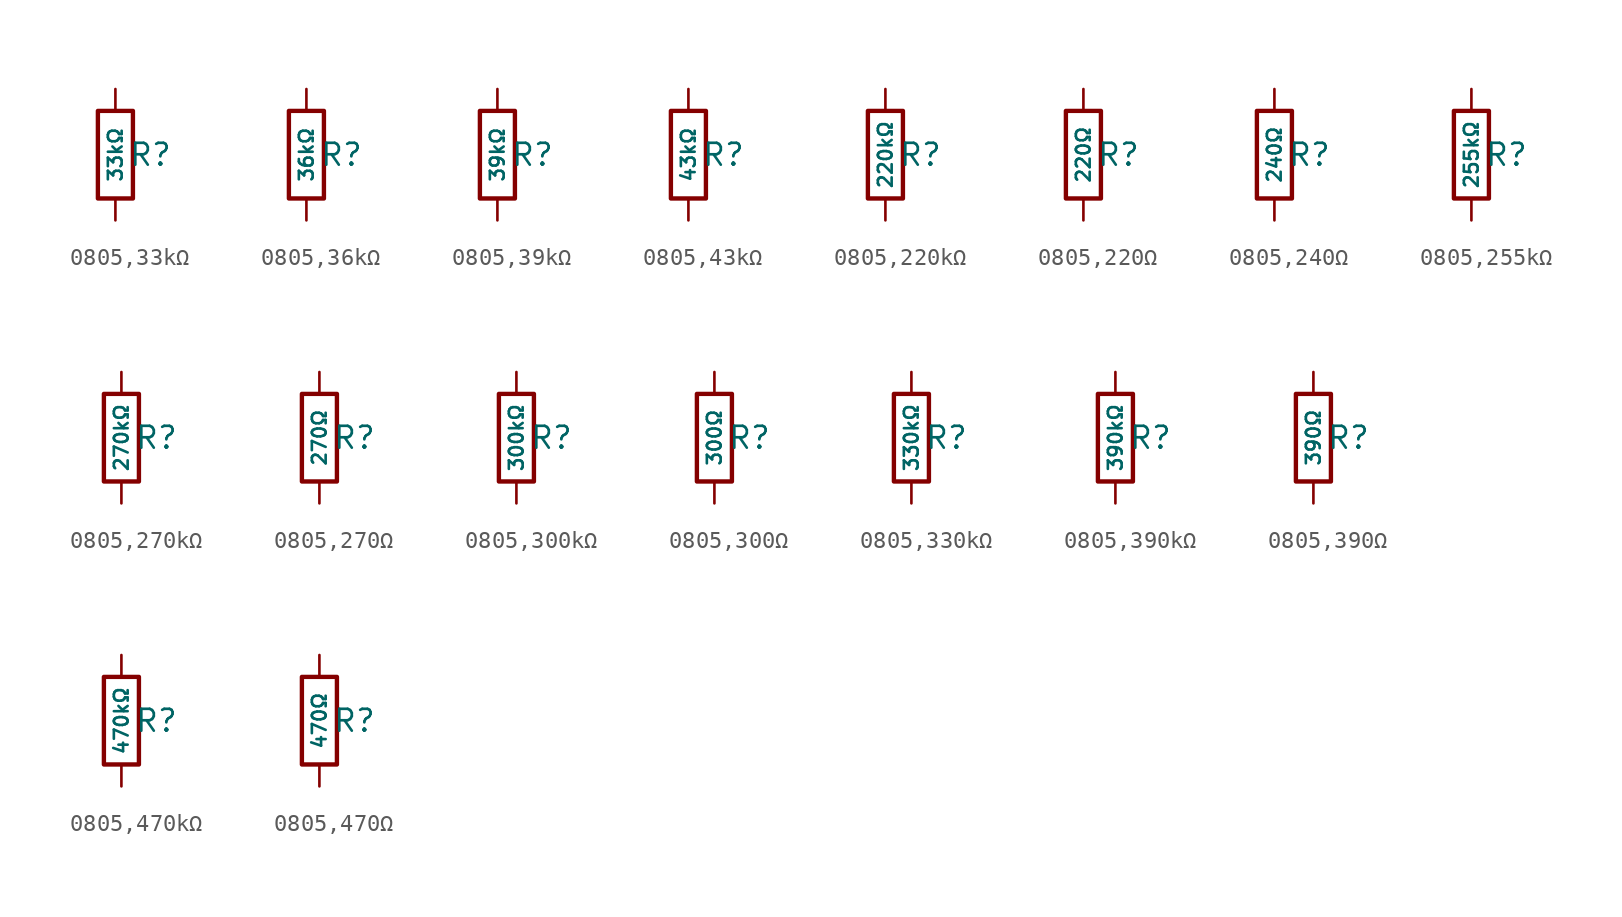
<source format=kicad_sym>
(kicad_symbol_lib
  (version 20231120)
  (generator "CDFER")
  (generator_version "8.0")
  (symbol "0805,33kΩ"
    (pin_numbers hide)
    (pin_names
      (offset 0))
    (property "Reference" "R"
      (at 2.032 0 0)
      (effects (font (size 1.27 1.27)) (hide no)))
    (property "Value" "33kΩ"
      (at 0 0 90)
      (do_not_autoplace)
      (effects (font (size 0.8 0.8)) (hide no)))
    (symbol "0805,33kΩ_0_1"
      (rectangle (start -1.016 2.54) (end 1.016 -2.54) (stroke (width 0.254) (type default)) (fill (type none))))
    (symbol "0805,33kΩ_1_1"
      (pin passive line (at 0 3.81 270) (length 1.27) (name "~" (effects (font (size 1.27 1.27)))) (number "1" (effects (font (size 1.27 1.27)))))
      (pin passive line (at 0 -3.81 90) (length 1.27) (name "~" (effects (font (size 1.27 1.27)))) (number "2" (effects (font (size 1.27 1.27)))))))
  (symbol "0805,36kΩ"
    (pin_numbers hide)
    (pin_names
      (offset 0))
    (property "Reference" "R"
      (at 2.032 0 0)
      (effects (font (size 1.27 1.27)) (hide no)))
    (property "Value" "36kΩ"
      (at 0 0 90)
      (do_not_autoplace)
      (effects (font (size 0.8 0.8)) (hide no)))
    (symbol "0805,36kΩ_0_1"
      (rectangle (start -1.016 2.54) (end 1.016 -2.54) (stroke (width 0.254) (type default)) (fill (type none))))
    (symbol "0805,36kΩ_1_1"
      (pin passive line (at 0 3.81 270) (length 1.27) (name "~" (effects (font (size 1.27 1.27)))) (number "1" (effects (font (size 1.27 1.27)))))
      (pin passive line (at 0 -3.81 90) (length 1.27) (name "~" (effects (font (size 1.27 1.27)))) (number "2" (effects (font (size 1.27 1.27)))))))
  (symbol "0805,39kΩ"
    (pin_numbers hide)
    (pin_names
      (offset 0))
    (property "Reference" "R"
      (at 2.032 0 0)
      (effects (font (size 1.27 1.27)) (hide no)))
    (property "Value" "39kΩ"
      (at 0 0 90)
      (do_not_autoplace)
      (effects (font (size 0.8 0.8)) (hide no)))
    (symbol "0805,39kΩ_0_1"
      (rectangle (start -1.016 2.54) (end 1.016 -2.54) (stroke (width 0.254) (type default)) (fill (type none))))
    (symbol "0805,39kΩ_1_1"
      (pin passive line (at 0 3.81 270) (length 1.27) (name "~" (effects (font (size 1.27 1.27)))) (number "1" (effects (font (size 1.27 1.27)))))
      (pin passive line (at 0 -3.81 90) (length 1.27) (name "~" (effects (font (size 1.27 1.27)))) (number "2" (effects (font (size 1.27 1.27)))))))
  (symbol "0805,43kΩ"
    (pin_numbers hide)
    (pin_names
      (offset 0))
    (property "Reference" "R"
      (at 2.032 0 0)
      (effects (font (size 1.27 1.27)) (hide no)))
    (property "Value" "43kΩ"
      (at 0 0 90)
      (do_not_autoplace)
      (effects (font (size 0.8 0.8)) (hide no)))
    (symbol "0805,43kΩ_0_1"
      (rectangle (start -1.016 2.54) (end 1.016 -2.54) (stroke (width 0.254) (type default)) (fill (type none))))
    (symbol "0805,43kΩ_1_1"
      (pin passive line (at 0 3.81 270) (length 1.27) (name "~" (effects (font (size 1.27 1.27)))) (number "1" (effects (font (size 1.27 1.27)))))
      (pin passive line (at 0 -3.81 90) (length 1.27) (name "~" (effects (font (size 1.27 1.27)))) (number "2" (effects (font (size 1.27 1.27)))))))
  (symbol "0805,220kΩ"
    (pin_numbers hide)
    (pin_names
      (offset 0))
    (property "Reference" "R"
      (at 2.032 0 0)
      (effects (font (size 1.27 1.27)) (hide no)))
    (property "Value" "220kΩ"
      (at 0 0 90)
      (do_not_autoplace)
      (effects (font (size 0.8 0.8)) (hide no)))
    (symbol "0805,220kΩ_0_1"
      (rectangle (start -1.016 2.54) (end 1.016 -2.54) (stroke (width 0.254) (type default)) (fill (type none))))
    (symbol "0805,220kΩ_1_1"
      (pin passive line (at 0 3.81 270) (length 1.27) (name "~" (effects (font (size 1.27 1.27)))) (number "1" (effects (font (size 1.27 1.27)))))
      (pin passive line (at 0 -3.81 90) (length 1.27) (name "~" (effects (font (size 1.27 1.27)))) (number "2" (effects (font (size 1.27 1.27)))))))
  (symbol "0805,220Ω"
    (pin_numbers hide)
    (pin_names
      (offset 0))
    (property "Reference" "R"
      (at 2.032 0 0)
      (effects (font (size 1.27 1.27)) (hide no)))
    (property "Value" "220Ω"
      (at 0 0 90)
      (do_not_autoplace)
      (effects (font (size 0.8 0.8)) (hide no)))
    (symbol "0805,220Ω_0_1"
      (rectangle (start -1.016 2.54) (end 1.016 -2.54) (stroke (width 0.254) (type default)) (fill (type none))))
    (symbol "0805,220Ω_1_1"
      (pin passive line (at 0 3.81 270) (length 1.27) (name "~" (effects (font (size 1.27 1.27)))) (number "1" (effects (font (size 1.27 1.27)))))
      (pin passive line (at 0 -3.81 90) (length 1.27) (name "~" (effects (font (size 1.27 1.27)))) (number "2" (effects (font (size 1.27 1.27)))))))
  (symbol "0805,240Ω"
    (pin_numbers hide)
    (pin_names
      (offset 0))
    (property "Reference" "R"
      (at 2.032 0 0)
      (effects (font (size 1.27 1.27)) (hide no)))
    (property "Value" "240Ω"
      (at 0 0 90)
      (do_not_autoplace)
      (effects (font (size 0.8 0.8)) (hide no)))
    (symbol "0805,240Ω_0_1"
      (rectangle (start -1.016 2.54) (end 1.016 -2.54) (stroke (width 0.254) (type default)) (fill (type none))))
    (symbol "0805,240Ω_1_1"
      (pin passive line (at 0 3.81 270) (length 1.27) (name "~" (effects (font (size 1.27 1.27)))) (number "1" (effects (font (size 1.27 1.27)))))
      (pin passive line (at 0 -3.81 90) (length 1.27) (name "~" (effects (font (size 1.27 1.27)))) (number "2" (effects (font (size 1.27 1.27)))))))
  (symbol "0805,255kΩ"
    (pin_numbers hide)
    (pin_names
      (offset 0))
    (property "Reference" "R"
      (at 2.032 0 0)
      (effects (font (size 1.27 1.27)) (hide no)))
    (property "Value" "255kΩ"
      (at 0 0 90)
      (do_not_autoplace)
      (effects (font (size 0.8 0.8)) (hide no)))
    (symbol "0805,255kΩ_0_1"
      (rectangle (start -1.016 2.54) (end 1.016 -2.54) (stroke (width 0.254) (type default)) (fill (type none))))
    (symbol "0805,255kΩ_1_1"
      (pin passive line (at 0 3.81 270) (length 1.27) (name "~" (effects (font (size 1.27 1.27)))) (number "1" (effects (font (size 1.27 1.27)))))
      (pin passive line (at 0 -3.81 90) (length 1.27) (name "~" (effects (font (size 1.27 1.27)))) (number "2" (effects (font (size 1.27 1.27)))))))
  (symbol "0805,270kΩ"
    (pin_numbers hide)
    (pin_names
      (offset 0))
    (property "Reference" "R"
      (at 2.032 0 0)
      (effects (font (size 1.27 1.27)) (hide no)))
    (property "Value" "270kΩ"
      (at 0 0 90)
      (do_not_autoplace)
      (effects (font (size 0.8 0.8)) (hide no)))
    (symbol "0805,270kΩ_0_1"
      (rectangle (start -1.016 2.54) (end 1.016 -2.54) (stroke (width 0.254) (type default)) (fill (type none))))
    (symbol "0805,270kΩ_1_1"
      (pin passive line (at 0 3.81 270) (length 1.27) (name "~" (effects (font (size 1.27 1.27)))) (number "1" (effects (font (size 1.27 1.27)))))
      (pin passive line (at 0 -3.81 90) (length 1.27) (name "~" (effects (font (size 1.27 1.27)))) (number "2" (effects (font (size 1.27 1.27)))))))
  (symbol "0805,270Ω"
    (pin_numbers hide)
    (pin_names
      (offset 0))
    (property "Reference" "R"
      (at 2.032 0 0)
      (effects (font (size 1.27 1.27)) (hide no)))
    (property "Value" "270Ω"
      (at 0 0 90)
      (do_not_autoplace)
      (effects (font (size 0.8 0.8)) (hide no)))
    (symbol "0805,270Ω_0_1"
      (rectangle (start -1.016 2.54) (end 1.016 -2.54) (stroke (width 0.254) (type default)) (fill (type none))))
    (symbol "0805,270Ω_1_1"
      (pin passive line (at 0 3.81 270) (length 1.27) (name "~" (effects (font (size 1.27 1.27)))) (number "1" (effects (font (size 1.27 1.27)))))
      (pin passive line (at 0 -3.81 90) (length 1.27) (name "~" (effects (font (size 1.27 1.27)))) (number "2" (effects (font (size 1.27 1.27)))))))
  (symbol "0805,300kΩ"
    (pin_numbers hide)
    (pin_names
      (offset 0))
    (property "Reference" "R"
      (at 2.032 0 0)
      (effects (font (size 1.27 1.27)) (hide no)))
    (property "Value" "300kΩ"
      (at 0 0 90)
      (do_not_autoplace)
      (effects (font (size 0.8 0.8)) (hide no)))
    (symbol "0805,300kΩ_0_1"
      (rectangle (start -1.016 2.54) (end 1.016 -2.54) (stroke (width 0.254) (type default)) (fill (type none))))
    (symbol "0805,300kΩ_1_1"
      (pin passive line (at 0 3.81 270) (length 1.27) (name "~" (effects (font (size 1.27 1.27)))) (number "1" (effects (font (size 1.27 1.27)))))
      (pin passive line (at 0 -3.81 90) (length 1.27) (name "~" (effects (font (size 1.27 1.27)))) (number "2" (effects (font (size 1.27 1.27)))))))
  (symbol "0805,300Ω"
    (pin_numbers hide)
    (pin_names
      (offset 0))
    (property "Reference" "R"
      (at 2.032 0 0)
      (effects (font (size 1.27 1.27)) (hide no)))
    (property "Value" "300Ω"
      (at 0 0 90)
      (do_not_autoplace)
      (effects (font (size 0.8 0.8)) (hide no)))
    (symbol "0805,300Ω_0_1"
      (rectangle (start -1.016 2.54) (end 1.016 -2.54) (stroke (width 0.254) (type default)) (fill (type none))))
    (symbol "0805,300Ω_1_1"
      (pin passive line (at 0 3.81 270) (length 1.27) (name "~" (effects (font (size 1.27 1.27)))) (number "1" (effects (font (size 1.27 1.27)))))
      (pin passive line (at 0 -3.81 90) (length 1.27) (name "~" (effects (font (size 1.27 1.27)))) (number "2" (effects (font (size 1.27 1.27)))))))
  (symbol "0805,330kΩ"
    (pin_numbers hide)
    (pin_names
      (offset 0))
    (property "Reference" "R"
      (at 2.032 0 0)
      (effects (font (size 1.27 1.27)) (hide no)))
    (property "Value" "330kΩ"
      (at 0 0 90)
      (do_not_autoplace)
      (effects (font (size 0.8 0.8)) (hide no)))
    (symbol "0805,330kΩ_0_1"
      (rectangle (start -1.016 2.54) (end 1.016 -2.54) (stroke (width 0.254) (type default)) (fill (type none))))
    (symbol "0805,330kΩ_1_1"
      (pin passive line (at 0 3.81 270) (length 1.27) (name "~" (effects (font (size 1.27 1.27)))) (number "1" (effects (font (size 1.27 1.27)))))
      (pin passive line (at 0 -3.81 90) (length 1.27) (name "~" (effects (font (size 1.27 1.27)))) (number "2" (effects (font (size 1.27 1.27)))))))
  (symbol "0805,390kΩ"
    (pin_numbers hide)
    (pin_names
      (offset 0))
    (property "Reference" "R"
      (at 2.032 0 0)
      (effects (font (size 1.27 1.27)) (hide no)))
    (property "Value" "390kΩ"
      (at 0 0 90)
      (do_not_autoplace)
      (effects (font (size 0.8 0.8)) (hide no)))
    (symbol "0805,390kΩ_0_1"
      (rectangle (start -1.016 2.54) (end 1.016 -2.54) (stroke (width 0.254) (type default)) (fill (type none))))
    (symbol "0805,390kΩ_1_1"
      (pin passive line (at 0 3.81 270) (length 1.27) (name "~" (effects (font (size 1.27 1.27)))) (number "1" (effects (font (size 1.27 1.27)))))
      (pin passive line (at 0 -3.81 90) (length 1.27) (name "~" (effects (font (size 1.27 1.27)))) (number "2" (effects (font (size 1.27 1.27)))))))
  (symbol "0805,390Ω"
    (pin_numbers hide)
    (pin_names
      (offset 0))
    (property "Reference" "R"
      (at 2.032 0 0)
      (effects (font (size 1.27 1.27)) (hide no)))
    (property "Value" "390Ω"
      (at 0 0 90)
      (do_not_autoplace)
      (effects (font (size 0.8 0.8)) (hide no)))
    (symbol "0805,390Ω_0_1"
      (rectangle (start -1.016 2.54) (end 1.016 -2.54) (stroke (width 0.254) (type default)) (fill (type none))))
    (symbol "0805,390Ω_1_1"
      (pin passive line (at 0 3.81 270) (length 1.27) (name "~" (effects (font (size 1.27 1.27)))) (number "1" (effects (font (size 1.27 1.27)))))
      (pin passive line (at 0 -3.81 90) (length 1.27) (name "~" (effects (font (size 1.27 1.27)))) (number "2" (effects (font (size 1.27 1.27)))))))
  (symbol "0805,470kΩ"
    (pin_numbers hide)
    (pin_names
      (offset 0))
    (property "Reference" "R"
      (at 2.032 0 0)
      (effects (font (size 1.27 1.27)) (hide no)))
    (property "Value" "470kΩ"
      (at 0 0 90)
      (do_not_autoplace)
      (effects (font (size 0.8 0.8)) (hide no)))
    (symbol "0805,470kΩ_0_1"
      (rectangle (start -1.016 2.54) (end 1.016 -2.54) (stroke (width 0.254) (type default)) (fill (type none))))
    (symbol "0805,470kΩ_1_1"
      (pin passive line (at 0 3.81 270) (length 1.27) (name "~" (effects (font (size 1.27 1.27)))) (number "1" (effects (font (size 1.27 1.27)))))
      (pin passive line (at 0 -3.81 90) (length 1.27) (name "~" (effects (font (size 1.27 1.27)))) (number "2" (effects (font (size 1.27 1.27)))))))
  (symbol "0805,470Ω"
    (pin_numbers hide)
    (pin_names
      (offset 0))
    (property "Reference" "R"
      (at 2.032 0 0)
      (effects (font (size 1.27 1.27)) (hide no)))
    (property "Value" "470Ω"
      (at 0 0 90)
      (do_not_autoplace)
      (effects (font (size 0.8 0.8)) (hide no)))
    (symbol "0805,470Ω_0_1"
      (rectangle (start -1.016 2.54) (end 1.016 -2.54) (stroke (width 0.254) (type default)) (fill (type none))))
    (symbol "0805,470Ω_1_1"
      (pin passive line (at 0 3.81 270) (length 1.27) (name "~" (effects (font (size 1.27 1.27)))) (number "1" (effects (font (size 1.27 1.27)))))
      (pin passive line (at 0 -3.81 90) (length 1.27) (name "~" (effects (font (size 1.27 1.27)))) (number "2" (effects (font (size 1.27 1.27))))))))
</source>
